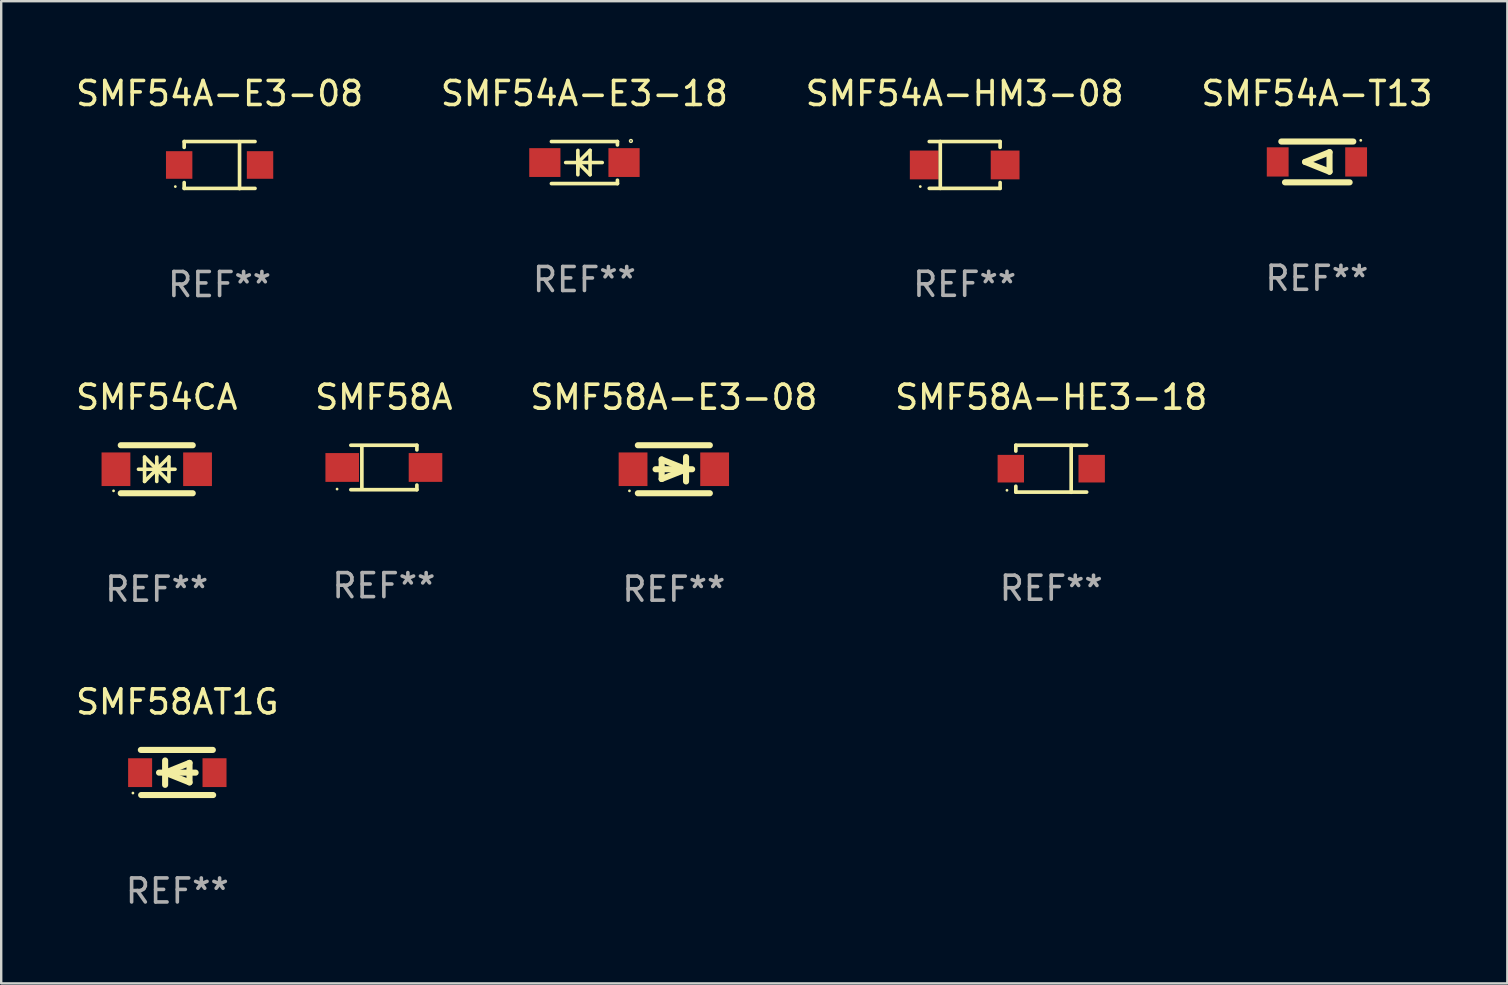
<source format=kicad_pcb>
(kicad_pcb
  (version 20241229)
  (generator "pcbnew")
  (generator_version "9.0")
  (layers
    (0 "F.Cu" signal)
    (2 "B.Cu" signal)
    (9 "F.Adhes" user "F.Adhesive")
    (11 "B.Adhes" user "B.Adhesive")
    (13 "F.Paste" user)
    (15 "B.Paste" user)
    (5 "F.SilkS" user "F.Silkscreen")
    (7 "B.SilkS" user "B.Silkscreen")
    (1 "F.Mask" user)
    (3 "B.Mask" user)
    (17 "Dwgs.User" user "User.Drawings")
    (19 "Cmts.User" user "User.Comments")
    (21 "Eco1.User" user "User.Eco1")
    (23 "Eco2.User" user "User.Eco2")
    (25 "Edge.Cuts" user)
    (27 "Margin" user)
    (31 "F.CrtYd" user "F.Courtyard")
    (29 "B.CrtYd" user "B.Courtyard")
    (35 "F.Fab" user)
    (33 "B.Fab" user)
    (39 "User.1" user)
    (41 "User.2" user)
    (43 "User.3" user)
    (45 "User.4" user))
  (footprint "SMF58AT1G"
    (layer "F.Cu")
    (at 4.339 29.14)
    (property "Reference" "SMF58AT1G" (at 0 -2.94 0) (layer "F.SilkS") (effects (font (size 1 1) (thickness 0.15))))
    (attr through_hole)
    (fp_line (start -1.52 -0.94) (end 1.48 -0.94) (stroke (width 0.254) (type solid)) (layer "F.SilkS"))
    (fp_line (start -1.507 0.94) (end 1.493 0.94) (stroke (width 0.254) (type solid)) (layer "F.SilkS"))
    (fp_line (start -0.762 0.007) (end 0.762 0.007) (stroke (width 0.254) (type solid)) (layer "F.SilkS"))
    (fp_line (start -0.508 -0.501) (end -0.508 0.515) (stroke (width 0.254) (type solid)) (layer "F.SilkS"))
    (fp_line (start -0.508 0.007) (end 0.508 -0.4) (stroke (width 0.254) (type solid)) (layer "F.SilkS"))
    (fp_line (start 0.508 -0.4) (end 0.508 0.413) (stroke (width 0.254) (type solid)) (layer "F.SilkS"))
    (fp_line (start 0.508 0.413) (end -0.508 0.007) (stroke (width 0.254) (type solid)) (layer "F.SilkS"))
    (fp_circle (center -1.85 0.857) (end -1.82 0.857) (stroke (width 0.06) (type solid)) (fill no) (layer "F.SilkS"))
    (fp_text user "REF**" (at 0 4.94 0) (layer "F.Fab") (effects (font (size 1 1) (thickness 0.15))))
    (pad "1" smd rect (at -1.55 0.007) (size 1 1.2) (layers "F.Cu" "F.Mask" "F.Paste"))
    (pad "2" smd rect (at 1.55 0.007) (size 1 1.2) (layers "F.Cu" "F.Mask" "F.Paste")))
  (footprint "SMF58A-E3-08"
    (layer "F.Cu")
    (at 25.03 16.504)
    (property "Reference" "SMF58A-E3-08" (at 0 -3 0) (layer "F.SilkS") (effects (font (size 1 1) (thickness 0.15))))
    (attr through_hole)
    (fp_line (start -1.5 -1) (end 1.5 -1) (stroke (width 0.254) (type solid)) (layer "F.SilkS"))
    (fp_line (start -1.5 1) (end 1.5 1) (stroke (width 0.254) (type solid)) (layer "F.SilkS"))
    (fp_line (start -0.508 -0.406) (end 0.508 0) (stroke (width 0.254) (type solid)) (layer "F.SilkS"))
    (fp_line (start -0.508 0.406) (end -0.508 -0.406) (stroke (width 0.254) (type solid)) (layer "F.SilkS"))
    (fp_line (start 0.508 0) (end -0.508 0.406) (stroke (width 0.254) (type solid)) (layer "F.SilkS"))
    (fp_line (start 0.508 0.508) (end 0.508 -0.508) (stroke (width 0.254) (type solid)) (layer "F.SilkS"))
    (fp_line (start 0.762 0) (end -0.762 0) (stroke (width 0.254) (type solid)) (layer "F.SilkS"))
    (fp_circle (center -1.85 0.9) (end -1.82 0.9) (stroke (width 0.06) (type solid)) (fill no) (layer "F.SilkS"))
    (fp_text user "REF**" (at 0 5 0) (layer "F.Fab") (effects (font (size 1 1) (thickness 0.15))))
    (pad "1" smd rect (at -1.7 0) (size 1.2 1.4) (layers "F.Cu" "F.Mask" "F.Paste"))
    (pad "2" smd rect (at 1.7 0) (size 1.2 1.4) (layers "F.Cu" "F.Mask" "F.Paste")))
  (footprint "SMF58A"
    (layer "F.Cu")
    (at 12.946 16.43)
    (property "Reference" "SMF58A" (at 0 -2.926 0) (layer "F.SilkS") (effects (font (size 1 1) (thickness 0.15))))
    (attr through_hole)
    (fp_line (start -1.376 -0.926) (end 1.376 -0.926) (stroke (width 0.152) (type solid)) (layer "F.SilkS"))
    (fp_line (start -1.376 0.926) (end 1.376 0.926) (stroke (width 0.152) (type solid)) (layer "F.SilkS"))
    (fp_line (start -0.917 -0.876) (end -0.917 0.876) (stroke (width 0.152) (type solid)) (layer "F.SilkS"))
    (fp_line (start 1.376 -0.926) (end 1.376 -0.733) (stroke (width 0.152) (type solid)) (layer "F.SilkS"))
    (fp_line (start 1.376 0.926) (end 1.376 0.733) (stroke (width 0.152) (type solid)) (layer "F.SilkS"))
    (fp_circle (center -1.95 0.9) (end -1.92 0.9) (stroke (width 0.06) (type solid)) (fill no) (layer "F.SilkS"))
    (fp_text user "REF**" (at 0 4.926 0) (layer "F.Fab") (effects (font (size 1 1) (thickness 0.15))))
    (pad "1" smd rect (at -1.735 0) (size 1.4 1.2) (layers "F.Cu" "F.Mask" "F.Paste"))
    (pad "2" smd rect (at 1.735 0) (size 1.4 1.2) (layers "F.Cu" "F.Mask" "F.Paste")))
  (footprint "SMF54CA"
    (layer "F.Cu")
    (at 3.482 16.504)
    (property "Reference" "SMF54CA" (at 0 -3 0) (layer "F.SilkS") (effects (font (size 1 1) (thickness 0.15))))
    (attr through_hole)
    (fp_line (start -1.5 -1) (end 1.5 -1) (stroke (width 0.254) (type solid)) (layer "F.SilkS"))
    (fp_line (start -1.5 1) (end 1.5 1) (stroke (width 0.254) (type solid)) (layer "F.SilkS"))
    (fp_line (start -0.762 0) (end 0.762 0) (stroke (width 0.15) (type solid)) (layer "F.SilkS"))
    (fp_line (start -0.508 -0.508) (end -0.508 0.508) (stroke (width 0.15) (type solid)) (layer "F.SilkS"))
    (fp_line (start 0 -0.508) (end 0 0.508) (stroke (width 0.15) (type solid)) (layer "F.SilkS"))
    (fp_line (start 0 0) (end -0.508 -0.508) (stroke (width 0.15) (type solid)) (layer "F.SilkS"))
    (fp_line (start 0 0) (end -0.508 0.508) (stroke (width 0.15) (type solid)) (layer "F.SilkS"))
    (fp_line (start 0 0) (end 0.508 -0.508) (stroke (width 0.15) (type solid)) (layer "F.SilkS"))
    (fp_line (start 0 0) (end 0.508 0.508) (stroke (width 0.15) (type solid)) (layer "F.SilkS"))
    (fp_line (start 0 0.254) (end 0 -0.254) (stroke (width 0.15) (type solid)) (layer "F.SilkS"))
    (fp_line (start 0.508 0.508) (end 0.508 -0.508) (stroke (width 0.15) (type solid)) (layer "F.SilkS"))
    (fp_circle (center -1.8 0.9) (end -1.77 0.9) (stroke (width 0.06) (type solid)) (fill no) (layer "F.SilkS"))
    (fp_text user "REF**" (at 0 5 0) (layer "F.Fab") (effects (font (size 1 1) (thickness 0.15))))
    (pad "1" smd rect (at -1.7 0) (size 1.2 1.4) (layers "F.Cu" "F.Mask" "F.Paste"))
    (pad "2" smd rect (at 1.7 0) (size 1.2 1.4) (layers "F.Cu" "F.Mask" "F.Paste")))
  (footprint "SMF54A-T13"
    (layer "F.Cu")
    (at 51.827 3.698)
    (property "Reference" "SMF54A-T13" (at 0 -2.85 0) (layer "F.SilkS") (effects (font (size 1 1) (thickness 0.15))))
    (attr through_hole)
    (fp_line (start -1.483 -0.85) (end 1.517 -0.85) (stroke (width 0.254) (type solid)) (layer "F.SilkS"))
    (fp_line (start -0.491 0) (end 0.525 -0.406) (stroke (width 0.254) (type solid)) (layer "F.SilkS"))
    (fp_line (start 0.525 -0.406) (end 0.525 0.406) (stroke (width 0.254) (type solid)) (layer "F.SilkS"))
    (fp_line (start 0.525 0.406) (end -0.491 0) (stroke (width 0.254) (type solid)) (layer "F.SilkS"))
    (fp_line (start 1.363 0.85) (end -1.33 0.85) (stroke (width 0.254) (type solid)) (layer "F.SilkS"))
    (fp_circle (center 1.827 -0.9) (end 1.857 -0.9) (stroke (width 0.06) (type solid)) (fill no) (layer "F.SilkS"))
    (fp_text user "REF**" (at 0 4.85 0) (layer "F.Fab") (effects (font (size 1 1) (thickness 0.15))))
    (pad "1" smd rect (at 1.634 -0.000076) (size 0.909 1.219) (layers "F.Cu" "F.Mask" "F.Paste"))
    (pad "2" smd rect (at -1.634 -0.000076) (size 0.909 1.219) (layers "F.Cu" "F.Mask" "F.Paste")))
  (footprint "SMF58A-HE3-18"
    (layer "F.Cu")
    (at 40.756 16.483)
    (property "Reference" "SMF58A-HE3-18" (at 0 -2.98 0) (layer "F.SilkS") (effects (font (size 1 1) (thickness 0.15))))
    (attr through_hole)
    (fp_line (start -1.476 -0.98) (end -1.476 -0.737) (stroke (width 0.152) (type solid)) (layer "F.SilkS"))
    (fp_line (start -1.476 0.973) (end -1.476 0.73) (stroke (width 0.152) (type solid)) (layer "F.SilkS"))
    (fp_line (start 0.831 0.98) (end 0.831 -0.973) (stroke (width 0.152) (type solid)) (layer "F.SilkS"))
    (fp_line (start 1.476 -0.98) (end -1.476 -0.98) (stroke (width 0.152) (type solid)) (layer "F.SilkS"))
    (fp_line (start 1.476 0.973) (end -1.476 0.973) (stroke (width 0.152) (type solid)) (layer "F.SilkS"))
    (fp_circle (center -1.845 0.897) (end -1.815 0.897) (stroke (width 0.06) (type solid)) (fill no) (layer "F.SilkS"))
    (fp_text user "REF**" (at 0 4.98 0) (layer "F.Fab") (effects (font (size 1 1) (thickness 0.15))))
    (pad "1" smd rect (at -1.685 -0.003) (size 1.1 1.15) (layers "F.Cu" "F.Mask" "F.Paste"))
    (pad "2" smd rect (at 1.685 -0.003) (size 1.1 1.15) (layers "F.Cu" "F.Mask" "F.Paste")))
  (footprint "SMF54A-E3-18"
    (layer "F.Cu")
    (at 21.304 3.724)
    (property "Reference" "SMF54A-E3-18" (at 0 -2.876 0) (layer "F.SilkS") (effects (font (size 1 1) (thickness 0.15))))
    (attr through_hole)
    (fp_line (start -1.376 -0.876) (end 1.376 -0.876) (stroke (width 0.152) (type solid)) (layer "F.SilkS"))
    (fp_line (start -1.376 0.876) (end 1.376 0.876) (stroke (width 0.152) (type solid)) (layer "F.SilkS"))
    (fp_line (start -0.782 0) (end 0.742 0) (stroke (width 0.15) (type solid)) (layer "F.SilkS"))
    (fp_line (start -0.274 -0.508) (end -0.274 0.508) (stroke (width 0.15) (type solid)) (layer "F.SilkS"))
    (fp_line (start -0.274 0) (end 0.234 -0.508) (stroke (width 0.15) (type solid)) (layer "F.SilkS"))
    (fp_line (start -0.274 0) (end 0.234 0.508) (stroke (width 0.15) (type solid)) (layer "F.SilkS"))
    (fp_line (start -0.274 0.254) (end -0.274 -0.254) (stroke (width 0.15) (type solid)) (layer "F.SilkS"))
    (fp_line (start 0.234 0.508) (end 0.234 -0.508) (stroke (width 0.15) (type solid)) (layer "F.SilkS"))
    (fp_line (start 1.376 -0.876) (end 1.375 -0.735) (stroke (width 0.152) (type solid)) (layer "F.SilkS"))
    (fp_line (start 1.376 0.876) (end 1.375 0.735) (stroke (width 0.152) (type solid)) (layer "F.SilkS"))
    (fp_circle (center 1.937 -0.9) (end 1.966 -0.9) (stroke (width 0.06) (type solid)) (fill no) (layer "F.SilkS"))
    (fp_text user "REF**" (at 0 4.876 0) (layer "F.Fab") (effects (font (size 1 1) (thickness 0.15))))
    (pad "1" smd rect (at 1.65 0 180) (size 1.3 1.2) (layers "F.Cu" "F.Mask" "F.Paste"))
    (pad "2" smd rect (at -1.65 0 180) (size 1.3 1.2) (layers "F.Cu" "F.Mask" "F.Paste")))
  (footprint "SMF54A-HM3-08"
    (layer "F.Cu")
    (at 37.149 3.824)
    (property "Reference" "SMF54A-HM3-08" (at 0 -2.976 0) (layer "F.SilkS") (effects (font (size 1 1) (thickness 0.15))))
    (attr through_hole)
    (fp_line (start -1.476 -0.976) (end 1.476 -0.976) (stroke (width 0.152) (type solid)) (layer "F.SilkS"))
    (fp_line (start -1.476 0.976) (end 1.476 0.976) (stroke (width 0.152) (type solid)) (layer "F.SilkS"))
    (fp_line (start -1.017 -0.976) (end -1.017 0.976) (stroke (width 0.152) (type solid)) (layer "F.SilkS"))
    (fp_line (start 1.476 -0.976) (end 1.476 -0.733) (stroke (width 0.152) (type solid)) (layer "F.SilkS"))
    (fp_line (start 1.476 0.976) (end 1.476 0.733) (stroke (width 0.152) (type solid)) (layer "F.SilkS"))
    (fp_circle (center -1.85 0.9) (end -1.82 0.9) (stroke (width 0.06) (type solid)) (fill no) (layer "F.SilkS"))
    (fp_text user "REF**" (at 0 4.976 0) (layer "F.Fab") (effects (font (size 1 1) (thickness 0.15))))
    (pad "1" smd rect (at -1.685 0) (size 1.2 1.2) (layers "F.Cu" "F.Mask" "F.Paste"))
    (pad "2" smd rect (at 1.685 0) (size 1.2 1.2) (layers "F.Cu" "F.Mask" "F.Paste")))
  (footprint "SMF54A-E3-08"
    (layer "F.Cu")
    (at 6.101 3.828)
    (property "Reference" "SMF54A-E3-08" (at 0 -2.98 0) (layer "F.SilkS") (effects (font (size 1 1) (thickness 0.15))))
    (attr through_hole)
    (fp_line (start -1.476 -0.98) (end -1.476 -0.737) (stroke (width 0.152) (type solid)) (layer "F.SilkS"))
    (fp_line (start -1.476 0.973) (end -1.476 0.73) (stroke (width 0.152) (type solid)) (layer "F.SilkS"))
    (fp_line (start 0.831 0.98) (end 0.831 -0.973) (stroke (width 0.152) (type solid)) (layer "F.SilkS"))
    (fp_line (start 1.476 -0.98) (end -1.476 -0.98) (stroke (width 0.152) (type solid)) (layer "F.SilkS"))
    (fp_line (start 1.476 0.973) (end -1.476 0.973) (stroke (width 0.152) (type solid)) (layer "F.SilkS"))
    (fp_circle (center -1.845 0.897) (end -1.815 0.897) (stroke (width 0.06) (type solid)) (fill no) (layer "F.SilkS"))
    (fp_text user "REF**" (at 0 4.98 0) (layer "F.Fab") (effects (font (size 1 1) (thickness 0.15))))
    (pad "1" smd rect (at -1.685 -0.003) (size 1.1 1.15) (layers "F.Cu" "F.Mask" "F.Paste"))
    (pad "2" smd rect (at 1.685 -0.003) (size 1.1 1.15) (layers "F.Cu" "F.Mask" "F.Paste")))
  (gr_rect
    (start -3 -3)
    (end 59.762 37.928)
    (stroke (width 0.1) (type default))
    (fill no)
    (layer "Edge.Cuts")))
</source>
